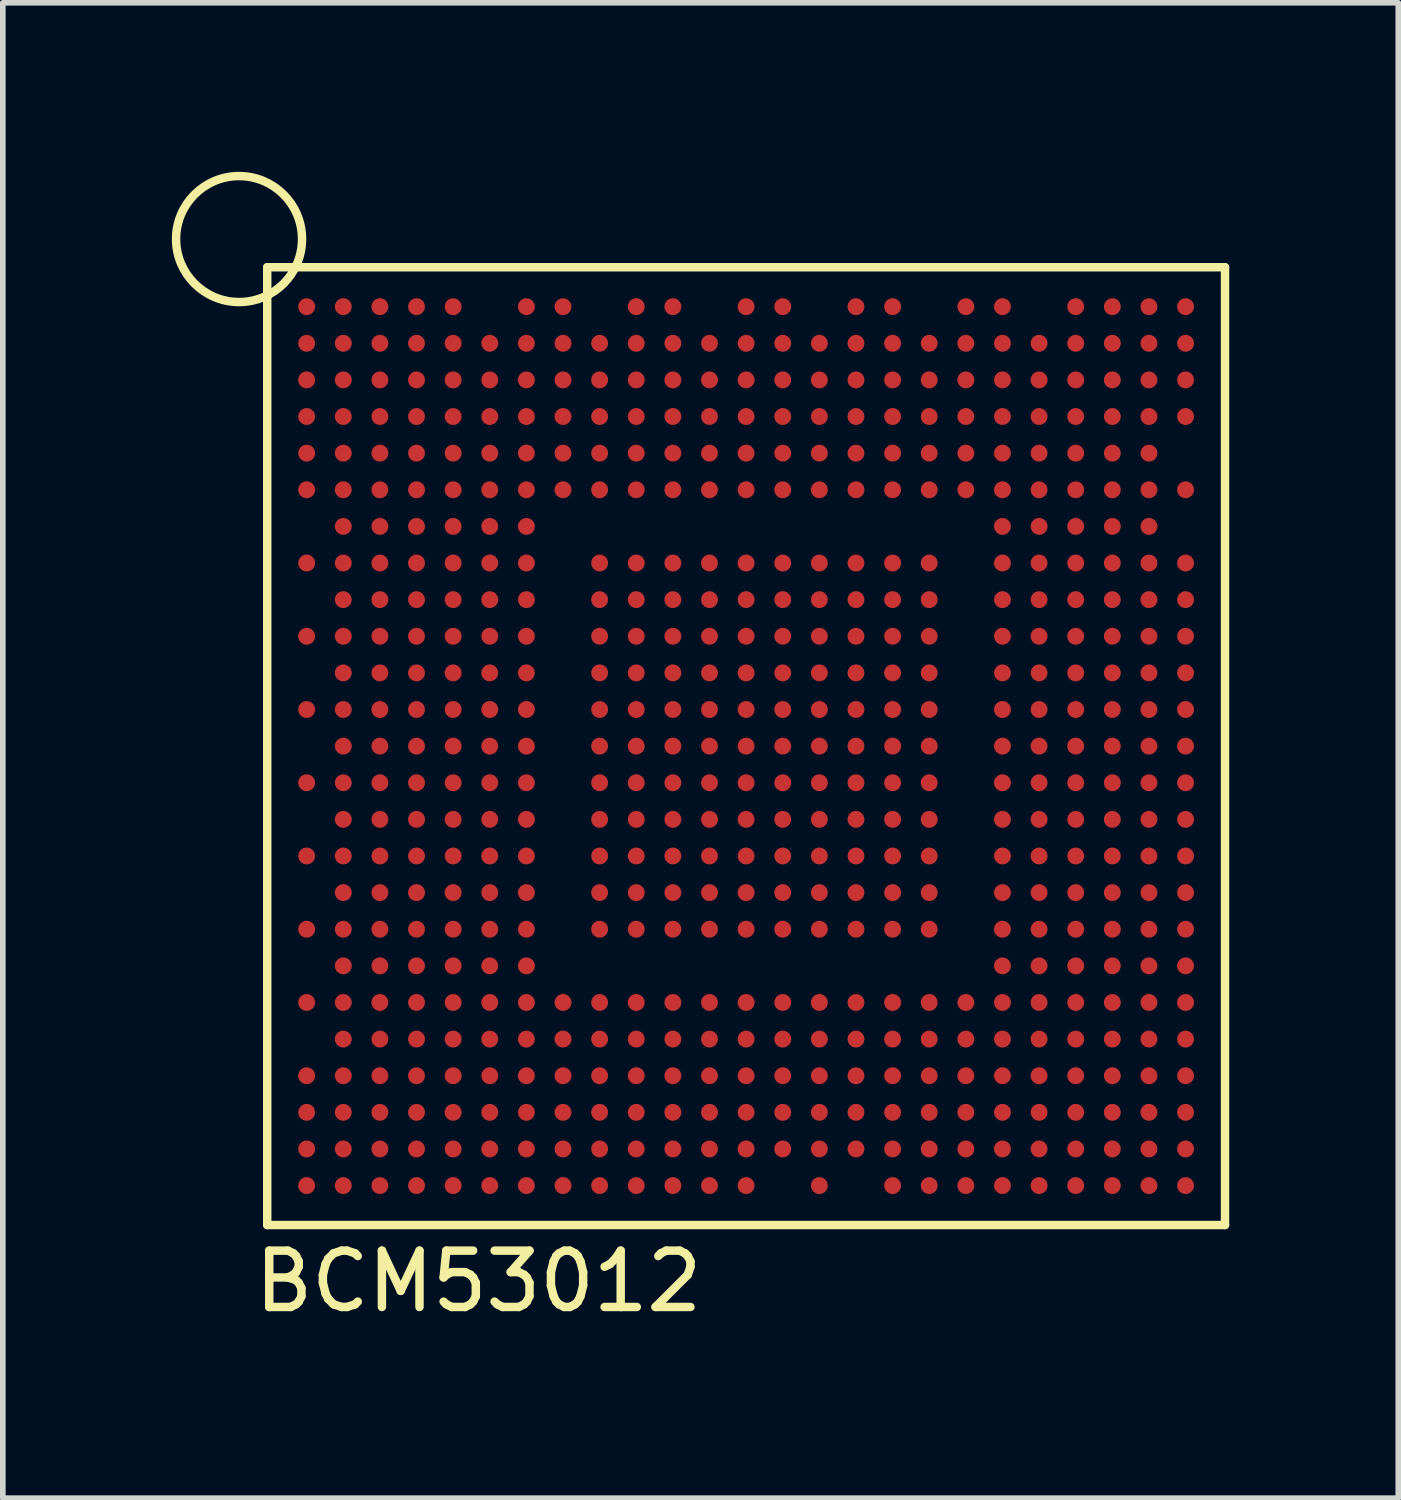
<source format=kicad_pcb>
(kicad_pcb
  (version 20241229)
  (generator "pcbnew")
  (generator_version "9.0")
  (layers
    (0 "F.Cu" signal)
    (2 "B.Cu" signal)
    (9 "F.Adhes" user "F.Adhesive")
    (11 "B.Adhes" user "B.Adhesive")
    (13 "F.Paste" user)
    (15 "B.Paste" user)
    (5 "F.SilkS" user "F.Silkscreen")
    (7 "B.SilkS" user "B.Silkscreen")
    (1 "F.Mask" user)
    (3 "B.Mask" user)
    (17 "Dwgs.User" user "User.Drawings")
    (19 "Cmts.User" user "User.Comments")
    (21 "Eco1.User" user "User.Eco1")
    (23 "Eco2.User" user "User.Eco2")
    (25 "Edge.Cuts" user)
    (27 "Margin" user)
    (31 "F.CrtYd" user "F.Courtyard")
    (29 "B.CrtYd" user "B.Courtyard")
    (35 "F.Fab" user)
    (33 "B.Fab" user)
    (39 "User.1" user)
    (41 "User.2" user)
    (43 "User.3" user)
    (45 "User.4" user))
  (footprint "BCM53012"
    (layer "F.Cu")
    (at 10.193 10.193)
    (property "Reference" "BCM53012" (at -4.75 9.5 0) (layer "F.SilkS") (effects (font (size 1 1) (thickness 0.15))))
    (attr through_hole)
    (fp_line (start -8.5 -8.5) (end 8.5 -8.5) (stroke (width 0.15) (type solid)) (layer "F.SilkS"))
    (fp_line (start -8.5 8.5) (end -8.5 -8.5) (stroke (width 0.15) (type solid)) (layer "F.SilkS"))
    (fp_line (start 8.5 -8.5) (end 8.5 8.5) (stroke (width 0.15) (type solid)) (layer "F.SilkS"))
    (fp_line (start 8.5 8.5) (end -8.5 8.5) (stroke (width 0.15) (type solid)) (layer "F.SilkS"))
    (fp_circle (center -9 -9) (end -8.5 -8) (stroke (width 0.15) (type solid)) (fill no) (layer "F.SilkS"))
    (pad "A1" smd circle (at -7.8 -7.8) (size 0.3 0.3) (layers "F.Cu" "F.Mask" "F.Paste"))
    (pad "A2" smd circle (at -7.15 -7.8) (size 0.3 0.3) (layers "F.Cu" "F.Mask" "F.Paste"))
    (pad "A3" smd circle (at -6.5 -7.8) (size 0.3 0.3) (layers "F.Cu" "F.Mask" "F.Paste"))
    (pad "A4" smd circle (at -5.85 -7.8) (size 0.3 0.3) (layers "F.Cu" "F.Mask" "F.Paste"))
    (pad "A5" smd circle (at -5.2 -7.8) (size 0.3 0.3) (layers "F.Cu" "F.Mask" "F.Paste"))
    (pad "A7" smd circle (at -3.9 -7.8) (size 0.3 0.3) (layers "F.Cu" "F.Mask" "F.Paste"))
    (pad "A8" smd circle (at -3.25 -7.8) (size 0.3 0.3) (layers "F.Cu" "F.Mask" "F.Paste"))
    (pad "A10" smd circle (at -1.95 -7.8) (size 0.3 0.3) (layers "F.Cu" "F.Mask" "F.Paste"))
    (pad "A11" smd circle (at -1.3 -7.8) (size 0.3 0.3) (layers "F.Cu" "F.Mask" "F.Paste"))
    (pad "A13" smd circle (at 0 -7.8) (size 0.3 0.3) (layers "F.Cu" "F.Mask" "F.Paste"))
    (pad "A14" smd circle (at 0.65 -7.8) (size 0.3 0.3) (layers "F.Cu" "F.Mask" "F.Paste"))
    (pad "A16" smd circle (at 1.95 -7.8) (size 0.3 0.3) (layers "F.Cu" "F.Mask" "F.Paste"))
    (pad "A17" smd circle (at 2.6 -7.8) (size 0.3 0.3) (layers "F.Cu" "F.Mask" "F.Paste"))
    (pad "A19" smd circle (at 3.9 -7.8) (size 0.3 0.3) (layers "F.Cu" "F.Mask" "F.Paste"))
    (pad "A20" smd circle (at 4.55 -7.8) (size 0.3 0.3) (layers "F.Cu" "F.Mask" "F.Paste"))
    (pad "A22" smd circle (at 5.85 -7.8) (size 0.3 0.3) (layers "F.Cu" "F.Mask" "F.Paste"))
    (pad "A23" smd circle (at 6.5 -7.8) (size 0.3 0.3) (layers "F.Cu" "F.Mask" "F.Paste"))
    (pad "A24" smd circle (at 7.15 -7.8) (size 0.3 0.3) (layers "F.Cu" "F.Mask" "F.Paste"))
    (pad "A25" smd circle (at 7.8 -7.8) (size 0.3 0.3) (layers "F.Cu" "F.Mask" "F.Paste"))
    (pad "AA2" smd circle (at -7.15 5.2) (size 0.3 0.3) (layers "F.Cu" "F.Mask" "F.Paste"))
    (pad "AA3" smd circle (at -6.5 5.2) (size 0.3 0.3) (layers "F.Cu" "F.Mask" "F.Paste"))
    (pad "AA4" smd circle (at -5.85 5.2) (size 0.3 0.3) (layers "F.Cu" "F.Mask" "F.Paste"))
    (pad "AA5" smd circle (at -5.2 5.2) (size 0.3 0.3) (layers "F.Cu" "F.Mask" "F.Paste"))
    (pad "AA6" smd circle (at -4.55 5.2) (size 0.3 0.3) (layers "F.Cu" "F.Mask" "F.Paste"))
    (pad "AA7" smd circle (at -3.9 5.2) (size 0.3 0.3) (layers "F.Cu" "F.Mask" "F.Paste"))
    (pad "AA8" smd circle (at -3.25 5.2) (size 0.3 0.3) (layers "F.Cu" "F.Mask" "F.Paste"))
    (pad "AA9" smd circle (at -2.6 5.2) (size 0.3 0.3) (layers "F.Cu" "F.Mask" "F.Paste"))
    (pad "AA10" smd circle (at -1.95 5.2) (size 0.3 0.3) (layers "F.Cu" "F.Mask" "F.Paste"))
    (pad "AA11" smd circle (at -1.3 5.2) (size 0.3 0.3) (layers "F.Cu" "F.Mask" "F.Paste"))
    (pad "AA12" smd circle (at -0.65 5.2) (size 0.3 0.3) (layers "F.Cu" "F.Mask" "F.Paste"))
    (pad "AA13" smd circle (at 0 5.2) (size 0.3 0.3) (layers "F.Cu" "F.Mask" "F.Paste"))
    (pad "AA14" smd circle (at 0.65 5.2) (size 0.3 0.3) (layers "F.Cu" "F.Mask" "F.Paste"))
    (pad "AA15" smd circle (at 1.3 5.2) (size 0.3 0.3) (layers "F.Cu" "F.Mask" "F.Paste"))
    (pad "AA16" smd circle (at 1.95 5.2) (size 0.3 0.3) (layers "F.Cu" "F.Mask" "F.Paste"))
    (pad "AA17" smd circle (at 2.6 5.2) (size 0.3 0.3) (layers "F.Cu" "F.Mask" "F.Paste"))
    (pad "AA18" smd circle (at 3.25 5.2) (size 0.3 0.3) (layers "F.Cu" "F.Mask" "F.Paste"))
    (pad "AA19" smd circle (at 3.9 5.2) (size 0.3 0.3) (layers "F.Cu" "F.Mask" "F.Paste"))
    (pad "AA20" smd circle (at 4.55 5.2) (size 0.3 0.3) (layers "F.Cu" "F.Mask" "F.Paste"))
    (pad "AA21" smd circle (at 5.2 5.2) (size 0.3 0.3) (layers "F.Cu" "F.Mask" "F.Paste"))
    (pad "AA22" smd circle (at 5.85 5.2) (size 0.3 0.3) (layers "F.Cu" "F.Mask" "F.Paste"))
    (pad "AA23" smd circle (at 6.5 5.2) (size 0.3 0.3) (layers "F.Cu" "F.Mask" "F.Paste"))
    (pad "AA24" smd circle (at 7.15 5.2) (size 0.3 0.3) (layers "F.Cu" "F.Mask" "F.Paste"))
    (pad "AA25" smd circle (at 7.8 5.2) (size 0.3 0.3) (layers "F.Cu" "F.Mask" "F.Paste"))
    (pad "AB1" smd circle (at -7.8 5.85) (size 0.3 0.3) (layers "F.Cu" "F.Mask" "F.Paste"))
    (pad "AB2" smd circle (at -7.15 5.85) (size 0.3 0.3) (layers "F.Cu" "F.Mask" "F.Paste"))
    (pad "AB3" smd circle (at -6.5 5.85) (size 0.3 0.3) (layers "F.Cu" "F.Mask" "F.Paste"))
    (pad "AB4" smd circle (at -5.85 5.85) (size 0.3 0.3) (layers "F.Cu" "F.Mask" "F.Paste"))
    (pad "AB5" smd circle (at -5.2 5.85) (size 0.3 0.3) (layers "F.Cu" "F.Mask" "F.Paste"))
    (pad "AB6" smd circle (at -4.55 5.85) (size 0.3 0.3) (layers "F.Cu" "F.Mask" "F.Paste"))
    (pad "AB7" smd circle (at -3.9 5.85) (size 0.3 0.3) (layers "F.Cu" "F.Mask" "F.Paste"))
    (pad "AB8" smd circle (at -3.25 5.85) (size 0.3 0.3) (layers "F.Cu" "F.Mask" "F.Paste"))
    (pad "AB9" smd circle (at -2.6 5.85) (size 0.3 0.3) (layers "F.Cu" "F.Mask" "F.Paste"))
    (pad "AB10" smd circle (at -1.95 5.85) (size 0.3 0.3) (layers "F.Cu" "F.Mask" "F.Paste"))
    (pad "AB11" smd circle (at -1.3 5.85) (size 0.3 0.3) (layers "F.Cu" "F.Mask" "F.Paste"))
    (pad "AB12" smd circle (at -0.65 5.85) (size 0.3 0.3) (layers "F.Cu" "F.Mask" "F.Paste"))
    (pad "AB13" smd circle (at 0 5.85) (size 0.3 0.3) (layers "F.Cu" "F.Mask" "F.Paste"))
    (pad "AB14" smd circle (at 0.65 5.85) (size 0.3 0.3) (layers "F.Cu" "F.Mask" "F.Paste"))
    (pad "AB15" smd circle (at 1.3 5.85) (size 0.3 0.3) (layers "F.Cu" "F.Mask" "F.Paste"))
    (pad "AB16" smd circle (at 1.95 5.85) (size 0.3 0.3) (layers "F.Cu" "F.Mask" "F.Paste"))
    (pad "AB17" smd circle (at 2.6 5.85) (size 0.3 0.3) (layers "F.Cu" "F.Mask" "F.Paste"))
    (pad "AB18" smd circle (at 3.25 5.85) (size 0.3 0.3) (layers "F.Cu" "F.Mask" "F.Paste"))
    (pad "AB19" smd circle (at 3.9 5.85) (size 0.3 0.3) (layers "F.Cu" "F.Mask" "F.Paste"))
    (pad "AB20" smd circle (at 4.55 5.85) (size 0.3 0.3) (layers "F.Cu" "F.Mask" "F.Paste"))
    (pad "AB21" smd circle (at 5.2 5.85) (size 0.3 0.3) (layers "F.Cu" "F.Mask" "F.Paste"))
    (pad "AB22" smd circle (at 5.85 5.85) (size 0.3 0.3) (layers "F.Cu" "F.Mask" "F.Paste"))
    (pad "AB23" smd circle (at 6.5 5.85) (size 0.3 0.3) (layers "F.Cu" "F.Mask" "F.Paste"))
    (pad "AB24" smd circle (at 7.15 5.85) (size 0.3 0.3) (layers "F.Cu" "F.Mask" "F.Paste"))
    (pad "AB25" smd circle (at 7.8 5.85) (size 0.3 0.3) (layers "F.Cu" "F.Mask" "F.Paste"))
    (pad "AC1" smd circle (at -7.8 6.5) (size 0.3 0.3) (layers "F.Cu" "F.Mask" "F.Paste"))
    (pad "AC2" smd circle (at -7.15 6.5) (size 0.3 0.3) (layers "F.Cu" "F.Mask" "F.Paste"))
    (pad "AC3" smd circle (at -6.5 6.5) (size 0.3 0.3) (layers "F.Cu" "F.Mask" "F.Paste"))
    (pad "AC4" smd circle (at -5.85 6.5) (size 0.3 0.3) (layers "F.Cu" "F.Mask" "F.Paste"))
    (pad "AC5" smd circle (at -5.2 6.5) (size 0.3 0.3) (layers "F.Cu" "F.Mask" "F.Paste"))
    (pad "AC6" smd circle (at -4.55 6.5) (size 0.3 0.3) (layers "F.Cu" "F.Mask" "F.Paste"))
    (pad "AC7" smd circle (at -3.9 6.5) (size 0.3 0.3) (layers "F.Cu" "F.Mask" "F.Paste"))
    (pad "AC8" smd circle (at -3.25 6.5) (size 0.3 0.3) (layers "F.Cu" "F.Mask" "F.Paste"))
    (pad "AC9" smd circle (at -2.6 6.5) (size 0.3 0.3) (layers "F.Cu" "F.Mask" "F.Paste"))
    (pad "AC10" smd circle (at -1.95 6.5) (size 0.3 0.3) (layers "F.Cu" "F.Mask" "F.Paste"))
    (pad "AC11" smd circle (at -1.3 6.5) (size 0.3 0.3) (layers "F.Cu" "F.Mask" "F.Paste"))
    (pad "AC12" smd circle (at -0.65 6.5) (size 0.3 0.3) (layers "F.Cu" "F.Mask" "F.Paste"))
    (pad "AC13" smd circle (at 0 6.5) (size 0.3 0.3) (layers "F.Cu" "F.Mask" "F.Paste"))
    (pad "AC14" smd circle (at 0.65 6.5) (size 0.3 0.3) (layers "F.Cu" "F.Mask" "F.Paste"))
    (pad "AC15" smd circle (at 1.3 6.5) (size 0.3 0.3) (layers "F.Cu" "F.Mask" "F.Paste"))
    (pad "AC16" smd circle (at 1.95 6.5) (size 0.3 0.3) (layers "F.Cu" "F.Mask" "F.Paste"))
    (pad "AC17" smd circle (at 2.6 6.5) (size 0.3 0.3) (layers "F.Cu" "F.Mask" "F.Paste"))
    (pad "AC18" smd circle (at 3.25 6.5) (size 0.3 0.3) (layers "F.Cu" "F.Mask" "F.Paste"))
    (pad "AC19" smd circle (at 3.9 6.5) (size 0.3 0.3) (layers "F.Cu" "F.Mask" "F.Paste"))
    (pad "AC20" smd circle (at 4.55 6.5) (size 0.3 0.3) (layers "F.Cu" "F.Mask" "F.Paste"))
    (pad "AC21" smd circle (at 5.2 6.5) (size 0.3 0.3) (layers "F.Cu" "F.Mask" "F.Paste"))
    (pad "AC22" smd circle (at 5.85 6.5) (size 0.3 0.3) (layers "F.Cu" "F.Mask" "F.Paste"))
    (pad "AC23" smd circle (at 6.5 6.5) (size 0.3 0.3) (layers "F.Cu" "F.Mask" "F.Paste"))
    (pad "AC24" smd circle (at 7.15 6.5) (size 0.3 0.3) (layers "F.Cu" "F.Mask" "F.Paste"))
    (pad "AC25" smd circle (at 7.8 6.5) (size 0.3 0.3) (layers "F.Cu" "F.Mask" "F.Paste"))
    (pad "AD1" smd circle (at -7.8 7.15) (size 0.3 0.3) (layers "F.Cu" "F.Mask" "F.Paste"))
    (pad "AD2" smd circle (at -7.15 7.15) (size 0.3 0.3) (layers "F.Cu" "F.Mask" "F.Paste"))
    (pad "AD3" smd circle (at -6.5 7.15) (size 0.3 0.3) (layers "F.Cu" "F.Mask" "F.Paste"))
    (pad "AD4" smd circle (at -5.85 7.15) (size 0.3 0.3) (layers "F.Cu" "F.Mask" "F.Paste"))
    (pad "AD5" smd circle (at -5.2 7.15) (size 0.3 0.3) (layers "F.Cu" "F.Mask" "F.Paste"))
    (pad "AD6" smd circle (at -4.55 7.15) (size 0.3 0.3) (layers "F.Cu" "F.Mask" "F.Paste"))
    (pad "AD7" smd circle (at -3.9 7.15) (size 0.3 0.3) (layers "F.Cu" "F.Mask" "F.Paste"))
    (pad "AD8" smd circle (at -3.25 7.15) (size 0.3 0.3) (layers "F.Cu" "F.Mask" "F.Paste"))
    (pad "AD9" smd circle (at -2.6 7.15) (size 0.3 0.3) (layers "F.Cu" "F.Mask" "F.Paste"))
    (pad "AD10" smd circle (at -1.95 7.15) (size 0.3 0.3) (layers "F.Cu" "F.Mask" "F.Paste"))
    (pad "AD11" smd circle (at -1.3 7.15) (size 0.3 0.3) (layers "F.Cu" "F.Mask" "F.Paste"))
    (pad "AD12" smd circle (at -0.65 7.15) (size 0.3 0.3) (layers "F.Cu" "F.Mask" "F.Paste"))
    (pad "AD13" smd circle (at 0 7.15) (size 0.3 0.3) (layers "F.Cu" "F.Mask" "F.Paste"))
    (pad "AD14" smd circle (at 0.65 7.15) (size 0.3 0.3) (layers "F.Cu" "F.Mask" "F.Paste"))
    (pad "AD15" smd circle (at 1.3 7.15) (size 0.3 0.3) (layers "F.Cu" "F.Mask" "F.Paste"))
    (pad "AD16" smd circle (at 1.95 7.15) (size 0.3 0.3) (layers "F.Cu" "F.Mask" "F.Paste"))
    (pad "AD17" smd circle (at 2.6 7.15) (size 0.3 0.3) (layers "F.Cu" "F.Mask" "F.Paste"))
    (pad "AD18" smd circle (at 3.25 7.15) (size 0.3 0.3) (layers "F.Cu" "F.Mask" "F.Paste"))
    (pad "AD19" smd circle (at 3.9 7.15) (size 0.3 0.3) (layers "F.Cu" "F.Mask" "F.Paste"))
    (pad "AD20" smd circle (at 4.55 7.15) (size 0.3 0.3) (layers "F.Cu" "F.Mask" "F.Paste"))
    (pad "AD21" smd circle (at 5.2 7.15) (size 0.3 0.3) (layers "F.Cu" "F.Mask" "F.Paste"))
    (pad "AD22" smd circle (at 5.85 7.15) (size 0.3 0.3) (layers "F.Cu" "F.Mask" "F.Paste"))
    (pad "AD23" smd circle (at 6.5 7.15) (size 0.3 0.3) (layers "F.Cu" "F.Mask" "F.Paste"))
    (pad "AD24" smd circle (at 7.15 7.15) (size 0.3 0.3) (layers "F.Cu" "F.Mask" "F.Paste"))
    (pad "AD25" smd circle (at 7.8 7.15) (size 0.3 0.3) (layers "F.Cu" "F.Mask" "F.Paste"))
    (pad "AE1" smd circle (at -7.8 7.8) (size 0.3 0.3) (layers "F.Cu" "F.Mask" "F.Paste"))
    (pad "AE2" smd circle (at -7.15 7.8) (size 0.3 0.3) (layers "F.Cu" "F.Mask" "F.Paste"))
    (pad "AE3" smd circle (at -6.5 7.8) (size 0.3 0.3) (layers "F.Cu" "F.Mask" "F.Paste"))
    (pad "AE4" smd circle (at -5.85 7.8) (size 0.3 0.3) (layers "F.Cu" "F.Mask" "F.Paste"))
    (pad "AE5" smd circle (at -5.2 7.8) (size 0.3 0.3) (layers "F.Cu" "F.Mask" "F.Paste"))
    (pad "AE6" smd circle (at -4.55 7.8) (size 0.3 0.3) (layers "F.Cu" "F.Mask" "F.Paste"))
    (pad "AE7" smd circle (at -3.9 7.8) (size 0.3 0.3) (layers "F.Cu" "F.Mask" "F.Paste"))
    (pad "AE8" smd circle (at -3.25 7.8) (size 0.3 0.3) (layers "F.Cu" "F.Mask" "F.Paste"))
    (pad "AE9" smd circle (at -2.6 7.8) (size 0.3 0.3) (layers "F.Cu" "F.Mask" "F.Paste"))
    (pad "AE10" smd circle (at -1.95 7.8) (size 0.3 0.3) (layers "F.Cu" "F.Mask" "F.Paste"))
    (pad "AE11" smd circle (at -1.3 7.8) (size 0.3 0.3) (layers "F.Cu" "F.Mask" "F.Paste"))
    (pad "AE12" smd circle (at -0.65 7.8) (size 0.3 0.3) (layers "F.Cu" "F.Mask" "F.Paste"))
    (pad "AE13" smd circle (at 0 7.8) (size 0.3 0.3) (layers "F.Cu" "F.Mask" "F.Paste"))
    (pad "AE15" smd circle (at 1.3 7.8) (size 0.3 0.3) (layers "F.Cu" "F.Mask" "F.Paste"))
    (pad "AE17" smd circle (at 2.6 7.8) (size 0.3 0.3) (layers "F.Cu" "F.Mask" "F.Paste"))
    (pad "AE18" smd circle (at 3.25 7.8) (size 0.3 0.3) (layers "F.Cu" "F.Mask" "F.Paste"))
    (pad "AE19" smd circle (at 3.9 7.8) (size 0.3 0.3) (layers "F.Cu" "F.Mask" "F.Paste"))
    (pad "AE20" smd circle (at 4.55 7.8) (size 0.3 0.3) (layers "F.Cu" "F.Mask" "F.Paste"))
    (pad "AE21" smd circle (at 5.2 7.8) (size 0.3 0.3) (layers "F.Cu" "F.Mask" "F.Paste"))
    (pad "AE22" smd circle (at 5.85 7.8) (size 0.3 0.3) (layers "F.Cu" "F.Mask" "F.Paste"))
    (pad "AE23" smd circle (at 6.5 7.8) (size 0.3 0.3) (layers "F.Cu" "F.Mask" "F.Paste"))
    (pad "AE24" smd circle (at 7.15 7.8) (size 0.3 0.3) (layers "F.Cu" "F.Mask" "F.Paste"))
    (pad "AE25" smd circle (at 7.8 7.8) (size 0.3 0.3) (layers "F.Cu" "F.Mask" "F.Paste"))
    (pad "B1" smd circle (at -7.8 -7.15) (size 0.3 0.3) (layers "F.Cu" "F.Mask" "F.Paste"))
    (pad "B2" smd circle (at -7.15 -7.15) (size 0.3 0.3) (layers "F.Cu" "F.Mask" "F.Paste"))
    (pad "B3" smd circle (at -6.5 -7.15) (size 0.3 0.3) (layers "F.Cu" "F.Mask" "F.Paste"))
    (pad "B4" smd circle (at -5.85 -7.15) (size 0.3 0.3) (layers "F.Cu" "F.Mask" "F.Paste"))
    (pad "B5" smd circle (at -5.2 -7.15) (size 0.3 0.3) (layers "F.Cu" "F.Mask" "F.Paste"))
    (pad "B6" smd circle (at -4.55 -7.15) (size 0.3 0.3) (layers "F.Cu" "F.Mask" "F.Paste"))
    (pad "B7" smd circle (at -3.9 -7.15) (size 0.3 0.3) (layers "F.Cu" "F.Mask" "F.Paste"))
    (pad "B8" smd circle (at -3.25 -7.15) (size 0.3 0.3) (layers "F.Cu" "F.Mask" "F.Paste"))
    (pad "B9" smd circle (at -2.6 -7.15) (size 0.3 0.3) (layers "F.Cu" "F.Mask" "F.Paste"))
    (pad "B10" smd circle (at -1.95 -7.15) (size 0.3 0.3) (layers "F.Cu" "F.Mask" "F.Paste"))
    (pad "B11" smd circle (at -1.3 -7.15) (size 0.3 0.3) (layers "F.Cu" "F.Mask" "F.Paste"))
    (pad "B12" smd circle (at -0.65 -7.15) (size 0.3 0.3) (layers "F.Cu" "F.Mask" "F.Paste"))
    (pad "B13" smd circle (at 0 -7.15) (size 0.3 0.3) (layers "F.Cu" "F.Mask" "F.Paste"))
    (pad "B14" smd circle (at 0.65 -7.15) (size 0.3 0.3) (layers "F.Cu" "F.Mask" "F.Paste"))
    (pad "B15" smd circle (at 1.3 -7.15) (size 0.3 0.3) (layers "F.Cu" "F.Mask" "F.Paste"))
    (pad "B16" smd circle (at 1.95 -7.15) (size 0.3 0.3) (layers "F.Cu" "F.Mask" "F.Paste"))
    (pad "B17" smd circle (at 2.6 -7.15) (size 0.3 0.3) (layers "F.Cu" "F.Mask" "F.Paste"))
    (pad "B18" smd circle (at 3.25 -7.15) (size 0.3 0.3) (layers "F.Cu" "F.Mask" "F.Paste"))
    (pad "B19" smd circle (at 3.9 -7.15) (size 0.3 0.3) (layers "F.Cu" "F.Mask" "F.Paste"))
    (pad "B20" smd circle (at 4.55 -7.15) (size 0.3 0.3) (layers "F.Cu" "F.Mask" "F.Paste"))
    (pad "B21" smd circle (at 5.2 -7.15) (size 0.3 0.3) (layers "F.Cu" "F.Mask" "F.Paste"))
    (pad "B22" smd circle (at 5.85 -7.15) (size 0.3 0.3) (layers "F.Cu" "F.Mask" "F.Paste"))
    (pad "B23" smd circle (at 6.5 -7.15) (size 0.3 0.3) (layers "F.Cu" "F.Mask" "F.Paste"))
    (pad "B24" smd circle (at 7.15 -7.15) (size 0.3 0.3) (layers "F.Cu" "F.Mask" "F.Paste"))
    (pad "B25" smd circle (at 7.8 -7.15) (size 0.3 0.3) (layers "F.Cu" "F.Mask" "F.Paste"))
    (pad "C1" smd circle (at -7.8 -6.5) (size 0.3 0.3) (layers "F.Cu" "F.Mask" "F.Paste"))
    (pad "C2" smd circle (at -7.15 -6.5) (size 0.3 0.3) (layers "F.Cu" "F.Mask" "F.Paste"))
    (pad "C3" smd circle (at -6.5 -6.5) (size 0.3 0.3) (layers "F.Cu" "F.Mask" "F.Paste"))
    (pad "C4" smd circle (at -5.85 -6.5) (size 0.3 0.3) (layers "F.Cu" "F.Mask" "F.Paste"))
    (pad "C5" smd circle (at -5.2 -6.5) (size 0.3 0.3) (layers "F.Cu" "F.Mask" "F.Paste"))
    (pad "C6" smd circle (at -4.55 -6.5) (size 0.3 0.3) (layers "F.Cu" "F.Mask" "F.Paste"))
    (pad "C7" smd circle (at -3.9 -6.5) (size 0.3 0.3) (layers "F.Cu" "F.Mask" "F.Paste"))
    (pad "C8" smd circle (at -3.25 -6.5) (size 0.3 0.3) (layers "F.Cu" "F.Mask" "F.Paste"))
    (pad "C9" smd circle (at -2.6 -6.5) (size 0.3 0.3) (layers "F.Cu" "F.Mask" "F.Paste"))
    (pad "C10" smd circle (at -1.95 -6.5) (size 0.3 0.3) (layers "F.Cu" "F.Mask" "F.Paste"))
    (pad "C11" smd circle (at -1.3 -6.5) (size 0.3 0.3) (layers "F.Cu" "F.Mask" "F.Paste"))
    (pad "C12" smd circle (at -0.65 -6.5) (size 0.3 0.3) (layers "F.Cu" "F.Mask" "F.Paste"))
    (pad "C13" smd circle (at 0 -6.5) (size 0.3 0.3) (layers "F.Cu" "F.Mask" "F.Paste"))
    (pad "C14" smd circle (at 0.65 -6.5) (size 0.3 0.3) (layers "F.Cu" "F.Mask" "F.Paste"))
    (pad "C15" smd circle (at 1.3 -6.5) (size 0.3 0.3) (layers "F.Cu" "F.Mask" "F.Paste"))
    (pad "C16" smd circle (at 1.95 -6.5) (size 0.3 0.3) (layers "F.Cu" "F.Mask" "F.Paste"))
    (pad "C17" smd circle (at 2.6 -6.5) (size 0.3 0.3) (layers "F.Cu" "F.Mask" "F.Paste"))
    (pad "C18" smd circle (at 3.25 -6.5) (size 0.3 0.3) (layers "F.Cu" "F.Mask" "F.Paste"))
    (pad "C19" smd circle (at 3.9 -6.5) (size 0.3 0.3) (layers "F.Cu" "F.Mask" "F.Paste"))
    (pad "C20" smd circle (at 4.55 -6.5) (size 0.3 0.3) (layers "F.Cu" "F.Mask" "F.Paste"))
    (pad "C21" smd circle (at 5.2 -6.5) (size 0.3 0.3) (layers "F.Cu" "F.Mask" "F.Paste"))
    (pad "C22" smd circle (at 5.85 -6.5) (size 0.3 0.3) (layers "F.Cu" "F.Mask" "F.Paste"))
    (pad "C23" smd circle (at 6.5 -6.5) (size 0.3 0.3) (layers "F.Cu" "F.Mask" "F.Paste"))
    (pad "C24" smd circle (at 7.15 -6.5) (size 0.3 0.3) (layers "F.Cu" "F.Mask" "F.Paste"))
    (pad "C25" smd circle (at 7.8 -6.5) (size 0.3 0.3) (layers "F.Cu" "F.Mask" "F.Paste"))
    (pad "D1" smd circle (at -7.8 -5.85) (size 0.3 0.3) (layers "F.Cu" "F.Mask" "F.Paste"))
    (pad "D2" smd circle (at -7.15 -5.85) (size 0.3 0.3) (layers "F.Cu" "F.Mask" "F.Paste"))
    (pad "D3" smd circle (at -6.5 -5.85) (size 0.3 0.3) (layers "F.Cu" "F.Mask" "F.Paste"))
    (pad "D4" smd circle (at -5.85 -5.85) (size 0.3 0.3) (layers "F.Cu" "F.Mask" "F.Paste"))
    (pad "D5" smd circle (at -5.2 -5.85) (size 0.3 0.3) (layers "F.Cu" "F.Mask" "F.Paste"))
    (pad "D6" smd circle (at -4.55 -5.85) (size 0.3 0.3) (layers "F.Cu" "F.Mask" "F.Paste"))
    (pad "D7" smd circle (at -3.9 -5.85) (size 0.3 0.3) (layers "F.Cu" "F.Mask" "F.Paste"))
    (pad "D8" smd circle (at -3.25 -5.85) (size 0.3 0.3) (layers "F.Cu" "F.Mask" "F.Paste"))
    (pad "D9" smd circle (at -2.6 -5.85) (size 0.3 0.3) (layers "F.Cu" "F.Mask" "F.Paste"))
    (pad "D10" smd circle (at -1.95 -5.85) (size 0.3 0.3) (layers "F.Cu" "F.Mask" "F.Paste"))
    (pad "D11" smd circle (at -1.3 -5.85) (size 0.3 0.3) (layers "F.Cu" "F.Mask" "F.Paste"))
    (pad "D12" smd circle (at -0.65 -5.85) (size 0.3 0.3) (layers "F.Cu" "F.Mask" "F.Paste"))
    (pad "D13" smd circle (at 0 -5.85) (size 0.3 0.3) (layers "F.Cu" "F.Mask" "F.Paste"))
    (pad "D14" smd circle (at 0.65 -5.85) (size 0.3 0.3) (layers "F.Cu" "F.Mask" "F.Paste"))
    (pad "D15" smd circle (at 1.3 -5.85) (size 0.3 0.3) (layers "F.Cu" "F.Mask" "F.Paste"))
    (pad "D16" smd circle (at 1.95 -5.85) (size 0.3 0.3) (layers "F.Cu" "F.Mask" "F.Paste"))
    (pad "D17" smd circle (at 2.6 -5.85) (size 0.3 0.3) (layers "F.Cu" "F.Mask" "F.Paste"))
    (pad "D18" smd circle (at 3.25 -5.85) (size 0.3 0.3) (layers "F.Cu" "F.Mask" "F.Paste"))
    (pad "D19" smd circle (at 3.9 -5.85) (size 0.3 0.3) (layers "F.Cu" "F.Mask" "F.Paste"))
    (pad "D20" smd circle (at 4.55 -5.85) (size 0.3 0.3) (layers "F.Cu" "F.Mask" "F.Paste"))
    (pad "D21" smd circle (at 5.2 -5.85) (size 0.3 0.3) (layers "F.Cu" "F.Mask" "F.Paste"))
    (pad "D22" smd circle (at 5.85 -5.85) (size 0.3 0.3) (layers "F.Cu" "F.Mask" "F.Paste"))
    (pad "D23" smd circle (at 6.5 -5.85) (size 0.3 0.3) (layers "F.Cu" "F.Mask" "F.Paste"))
    (pad "D24" smd circle (at 7.15 -5.85) (size 0.3 0.3) (layers "F.Cu" "F.Mask" "F.Paste"))
    (pad "D25" smd circle (at 7.8 -5.85) (size 0.3 0.3) (layers "F.Cu" "F.Mask" "F.Paste"))
    (pad "E1" smd circle (at -7.8 -5.2) (size 0.3 0.3) (layers "F.Cu" "F.Mask" "F.Paste"))
    (pad "E2" smd circle (at -7.15 -5.2) (size 0.3 0.3) (layers "F.Cu" "F.Mask" "F.Paste"))
    (pad "E3" smd circle (at -6.5 -5.2) (size 0.3 0.3) (layers "F.Cu" "F.Mask" "F.Paste"))
    (pad "E4" smd circle (at -5.85 -5.2) (size 0.3 0.3) (layers "F.Cu" "F.Mask" "F.Paste"))
    (pad "E5" smd circle (at -5.2 -5.2) (size 0.3 0.3) (layers "F.Cu" "F.Mask" "F.Paste"))
    (pad "E6" smd circle (at -4.55 -5.2) (size 0.3 0.3) (layers "F.Cu" "F.Mask" "F.Paste"))
    (pad "E7" smd circle (at -3.9 -5.2) (size 0.3 0.3) (layers "F.Cu" "F.Mask" "F.Paste"))
    (pad "E8" smd circle (at -3.25 -5.2) (size 0.3 0.3) (layers "F.Cu" "F.Mask" "F.Paste"))
    (pad "E9" smd circle (at -2.6 -5.2) (size 0.3 0.3) (layers "F.Cu" "F.Mask" "F.Paste"))
    (pad "E10" smd circle (at -1.95 -5.2) (size 0.3 0.3) (layers "F.Cu" "F.Mask" "F.Paste"))
    (pad "E11" smd circle (at -1.3 -5.2) (size 0.3 0.3) (layers "F.Cu" "F.Mask" "F.Paste"))
    (pad "E12" smd circle (at -0.65 -5.2) (size 0.3 0.3) (layers "F.Cu" "F.Mask" "F.Paste"))
    (pad "E13" smd circle (at 0 -5.2) (size 0.3 0.3) (layers "F.Cu" "F.Mask" "F.Paste"))
    (pad "E14" smd circle (at 0.65 -5.2) (size 0.3 0.3) (layers "F.Cu" "F.Mask" "F.Paste"))
    (pad "E15" smd circle (at 1.3 -5.2) (size 0.3 0.3) (layers "F.Cu" "F.Mask" "F.Paste"))
    (pad "E16" smd circle (at 1.95 -5.2) (size 0.3 0.3) (layers "F.Cu" "F.Mask" "F.Paste"))
    (pad "E17" smd circle (at 2.6 -5.2) (size 0.3 0.3) (layers "F.Cu" "F.Mask" "F.Paste"))
    (pad "E18" smd circle (at 3.25 -5.2) (size 0.3 0.3) (layers "F.Cu" "F.Mask" "F.Paste"))
    (pad "E19" smd circle (at 3.9 -5.2) (size 0.3 0.3) (layers "F.Cu" "F.Mask" "F.Paste"))
    (pad "E20" smd circle (at 4.55 -5.2) (size 0.3 0.3) (layers "F.Cu" "F.Mask" "F.Paste"))
    (pad "E21" smd circle (at 5.2 -5.2) (size 0.3 0.3) (layers "F.Cu" "F.Mask" "F.Paste"))
    (pad "E22" smd circle (at 5.85 -5.2) (size 0.3 0.3) (layers "F.Cu" "F.Mask" "F.Paste"))
    (pad "E23" smd circle (at 6.5 -5.2) (size 0.3 0.3) (layers "F.Cu" "F.Mask" "F.Paste"))
    (pad "E24" smd circle (at 7.15 -5.2) (size 0.3 0.3) (layers "F.Cu" "F.Mask" "F.Paste"))
    (pad "F1" smd circle (at -7.8 -4.55) (size 0.3 0.3) (layers "F.Cu" "F.Mask" "F.Paste"))
    (pad "F2" smd circle (at -7.15 -4.55) (size 0.3 0.3) (layers "F.Cu" "F.Mask" "F.Paste"))
    (pad "F3" smd circle (at -6.5 -4.55) (size 0.3 0.3) (layers "F.Cu" "F.Mask" "F.Paste"))
    (pad "F4" smd circle (at -5.85 -4.55) (size 0.3 0.3) (layers "F.Cu" "F.Mask" "F.Paste"))
    (pad "F5" smd circle (at -5.2 -4.55) (size 0.3 0.3) (layers "F.Cu" "F.Mask" "F.Paste"))
    (pad "F6" smd circle (at -4.55 -4.55) (size 0.3 0.3) (layers "F.Cu" "F.Mask" "F.Paste"))
    (pad "F7" smd circle (at -3.9 -4.55) (size 0.3 0.3) (layers "F.Cu" "F.Mask" "F.Paste"))
    (pad "F8" smd circle (at -3.25 -4.55) (size 0.3 0.3) (layers "F.Cu" "F.Mask" "F.Paste"))
    (pad "F9" smd circle (at -2.6 -4.55) (size 0.3 0.3) (layers "F.Cu" "F.Mask" "F.Paste"))
    (pad "F10" smd circle (at -1.95 -4.55) (size 0.3 0.3) (layers "F.Cu" "F.Mask" "F.Paste"))
    (pad "F11" smd circle (at -1.3 -4.55) (size 0.3 0.3) (layers "F.Cu" "F.Mask" "F.Paste"))
    (pad "F12" smd circle (at -0.65 -4.55) (size 0.3 0.3) (layers "F.Cu" "F.Mask" "F.Paste"))
    (pad "F13" smd circle (at 0 -4.55) (size 0.3 0.3) (layers "F.Cu" "F.Mask" "F.Paste"))
    (pad "F14" smd circle (at 0.65 -4.55) (size 0.3 0.3) (layers "F.Cu" "F.Mask" "F.Paste"))
    (pad "F15" smd circle (at 1.3 -4.55) (size 0.3 0.3) (layers "F.Cu" "F.Mask" "F.Paste"))
    (pad "F16" smd circle (at 1.95 -4.55) (size 0.3 0.3) (layers "F.Cu" "F.Mask" "F.Paste"))
    (pad "F17" smd circle (at 2.6 -4.55) (size 0.3 0.3) (layers "F.Cu" "F.Mask" "F.Paste"))
    (pad "F18" smd circle (at 3.25 -4.55) (size 0.3 0.3) (layers "F.Cu" "F.Mask" "F.Paste"))
    (pad "F19" smd circle (at 3.9 -4.55) (size 0.3 0.3) (layers "F.Cu" "F.Mask" "F.Paste"))
    (pad "F20" smd circle (at 4.55 -4.55) (size 0.3 0.3) (layers "F.Cu" "F.Mask" "F.Paste"))
    (pad "F21" smd circle (at 5.2 -4.55) (size 0.3 0.3) (layers "F.Cu" "F.Mask" "F.Paste"))
    (pad "F22" smd circle (at 5.85 -4.55) (size 0.3 0.3) (layers "F.Cu" "F.Mask" "F.Paste"))
    (pad "F23" smd circle (at 6.5 -4.55) (size 0.3 0.3) (layers "F.Cu" "F.Mask" "F.Paste"))
    (pad "F24" smd circle (at 7.15 -4.55) (size 0.3 0.3) (layers "F.Cu" "F.Mask" "F.Paste"))
    (pad "F25" smd circle (at 7.8 -4.55) (size 0.3 0.3) (layers "F.Cu" "F.Mask" "F.Paste"))
    (pad "G2" smd circle (at -7.15 -3.9) (size 0.3 0.3) (layers "F.Cu" "F.Mask" "F.Paste"))
    (pad "G3" smd circle (at -6.5 -3.9) (size 0.3 0.3) (layers "F.Cu" "F.Mask" "F.Paste"))
    (pad "G4" smd circle (at -5.85 -3.9) (size 0.3 0.3) (layers "F.Cu" "F.Mask" "F.Paste"))
    (pad "G5" smd circle (at -5.2 -3.9) (size 0.3 0.3) (layers "F.Cu" "F.Mask" "F.Paste"))
    (pad "G6" smd circle (at -4.55 -3.9) (size 0.3 0.3) (layers "F.Cu" "F.Mask" "F.Paste"))
    (pad "G7" smd circle (at -3.9 -3.9) (size 0.3 0.3) (layers "F.Cu" "F.Mask" "F.Paste"))
    (pad "G20" smd circle (at 4.55 -3.9) (size 0.3 0.3) (layers "F.Cu" "F.Mask" "F.Paste"))
    (pad "G21" smd circle (at 5.2 -3.9) (size 0.3 0.3) (layers "F.Cu" "F.Mask" "F.Paste"))
    (pad "G22" smd circle (at 5.85 -3.9) (size 0.3 0.3) (layers "F.Cu" "F.Mask" "F.Paste"))
    (pad "G23" smd circle (at 6.5 -3.9) (size 0.3 0.3) (layers "F.Cu" "F.Mask" "F.Paste"))
    (pad "G24" smd circle (at 7.15 -3.9) (size 0.3 0.3) (layers "F.Cu" "F.Mask" "F.Paste"))
    (pad "H1" smd circle (at -7.8 -3.25) (size 0.3 0.3) (layers "F.Cu" "F.Mask" "F.Paste"))
    (pad "H2" smd circle (at -7.15 -3.25) (size 0.3 0.3) (layers "F.Cu" "F.Mask" "F.Paste"))
    (pad "H3" smd circle (at -6.5 -3.25) (size 0.3 0.3) (layers "F.Cu" "F.Mask" "F.Paste"))
    (pad "H4" smd circle (at -5.85 -3.25) (size 0.3 0.3) (layers "F.Cu" "F.Mask" "F.Paste"))
    (pad "H5" smd circle (at -5.2 -3.25) (size 0.3 0.3) (layers "F.Cu" "F.Mask" "F.Paste"))
    (pad "H6" smd circle (at -4.55 -3.25) (size 0.3 0.3) (layers "F.Cu" "F.Mask" "F.Paste"))
    (pad "H7" smd circle (at -3.9 -3.25) (size 0.3 0.3) (layers "F.Cu" "F.Mask" "F.Paste"))
    (pad "H9" smd circle (at -2.6 -3.25) (size 0.3 0.3) (layers "F.Cu" "F.Mask" "F.Paste"))
    (pad "H10" smd circle (at -1.95 -3.25) (size 0.3 0.3) (layers "F.Cu" "F.Mask" "F.Paste"))
    (pad "H11" smd circle (at -1.3 -3.25) (size 0.3 0.3) (layers "F.Cu" "F.Mask" "F.Paste"))
    (pad "H12" smd circle (at -0.65 -3.25) (size 0.3 0.3) (layers "F.Cu" "F.Mask" "F.Paste"))
    (pad "H13" smd circle (at 0 -3.25) (size 0.3 0.3) (layers "F.Cu" "F.Mask" "F.Paste"))
    (pad "H14" smd circle (at 0.65 -3.25) (size 0.3 0.3) (layers "F.Cu" "F.Mask" "F.Paste"))
    (pad "H15" smd circle (at 1.3 -3.25) (size 0.3 0.3) (layers "F.Cu" "F.Mask" "F.Paste"))
    (pad "H16" smd circle (at 1.95 -3.25) (size 0.3 0.3) (layers "F.Cu" "F.Mask" "F.Paste"))
    (pad "H17" smd circle (at 2.6 -3.25) (size 0.3 0.3) (layers "F.Cu" "F.Mask" "F.Paste"))
    (pad "H18" smd circle (at 3.25 -3.25) (size 0.3 0.3) (layers "F.Cu" "F.Mask" "F.Paste"))
    (pad "H20" smd circle (at 4.55 -3.25) (size 0.3 0.3) (layers "F.Cu" "F.Mask" "F.Paste"))
    (pad "H21" smd circle (at 5.2 -3.25) (size 0.3 0.3) (layers "F.Cu" "F.Mask" "F.Paste"))
    (pad "H22" smd circle (at 5.85 -3.25) (size 0.3 0.3) (layers "F.Cu" "F.Mask" "F.Paste"))
    (pad "H23" smd circle (at 6.5 -3.25) (size 0.3 0.3) (layers "F.Cu" "F.Mask" "F.Paste"))
    (pad "H24" smd circle (at 7.15 -3.25) (size 0.3 0.3) (layers "F.Cu" "F.Mask" "F.Paste"))
    (pad "H25" smd circle (at 7.8 -3.25) (size 0.3 0.3) (layers "F.Cu" "F.Mask" "F.Paste"))
    (pad "J2" smd circle (at -7.15 -2.6) (size 0.3 0.3) (layers "F.Cu" "F.Mask" "F.Paste"))
    (pad "J3" smd circle (at -6.5 -2.6) (size 0.3 0.3) (layers "F.Cu" "F.Mask" "F.Paste"))
    (pad "J4" smd circle (at -5.85 -2.6) (size 0.3 0.3) (layers "F.Cu" "F.Mask" "F.Paste"))
    (pad "J5" smd circle (at -5.2 -2.6) (size 0.3 0.3) (layers "F.Cu" "F.Mask" "F.Paste"))
    (pad "J6" smd circle (at -4.55 -2.6) (size 0.3 0.3) (layers "F.Cu" "F.Mask" "F.Paste"))
    (pad "J7" smd circle (at -3.9 -2.6) (size 0.3 0.3) (layers "F.Cu" "F.Mask" "F.Paste"))
    (pad "J9" smd circle (at -2.6 -2.6) (size 0.3 0.3) (layers "F.Cu" "F.Mask" "F.Paste"))
    (pad "J10" smd circle (at -1.95 -2.6) (size 0.3 0.3) (layers "F.Cu" "F.Mask" "F.Paste"))
    (pad "J11" smd circle (at -1.3 -2.6) (size 0.3 0.3) (layers "F.Cu" "F.Mask" "F.Paste"))
    (pad "J12" smd circle (at -0.65 -2.6) (size 0.3 0.3) (layers "F.Cu" "F.Mask" "F.Paste"))
    (pad "J13" smd circle (at 0 -2.6) (size 0.3 0.3) (layers "F.Cu" "F.Mask" "F.Paste"))
    (pad "J14" smd circle (at 0.65 -2.6) (size 0.3 0.3) (layers "F.Cu" "F.Mask" "F.Paste"))
    (pad "J15" smd circle (at 1.3 -2.6) (size 0.3 0.3) (layers "F.Cu" "F.Mask" "F.Paste"))
    (pad "J16" smd circle (at 1.95 -2.6) (size 0.3 0.3) (layers "F.Cu" "F.Mask" "F.Paste"))
    (pad "J17" smd circle (at 2.6 -2.6) (size 0.3 0.3) (layers "F.Cu" "F.Mask" "F.Paste"))
    (pad "J18" smd circle (at 3.25 -2.6) (size 0.3 0.3) (layers "F.Cu" "F.Mask" "F.Paste"))
    (pad "J20" smd circle (at 4.55 -2.6) (size 0.3 0.3) (layers "F.Cu" "F.Mask" "F.Paste"))
    (pad "J21" smd circle (at 5.2 -2.6) (size 0.3 0.3) (layers "F.Cu" "F.Mask" "F.Paste"))
    (pad "J22" smd circle (at 5.85 -2.6) (size 0.3 0.3) (layers "F.Cu" "F.Mask" "F.Paste"))
    (pad "J23" smd circle (at 6.5 -2.6) (size 0.3 0.3) (layers "F.Cu" "F.Mask" "F.Paste"))
    (pad "J24" smd circle (at 7.15 -2.6) (size 0.3 0.3) (layers "F.Cu" "F.Mask" "F.Paste"))
    (pad "J25" smd circle (at 7.8 -2.6) (size 0.3 0.3) (layers "F.Cu" "F.Mask" "F.Paste"))
    (pad "K1" smd circle (at -7.8 -1.95) (size 0.3 0.3) (layers "F.Cu" "F.Mask" "F.Paste"))
    (pad "K2" smd circle (at -7.15 -1.95) (size 0.3 0.3) (layers "F.Cu" "F.Mask" "F.Paste"))
    (pad "K3" smd circle (at -6.5 -1.95) (size 0.3 0.3) (layers "F.Cu" "F.Mask" "F.Paste"))
    (pad "K4" smd circle (at -5.85 -1.95) (size 0.3 0.3) (layers "F.Cu" "F.Mask" "F.Paste"))
    (pad "K5" smd circle (at -5.2 -1.95) (size 0.3 0.3) (layers "F.Cu" "F.Mask" "F.Paste"))
    (pad "K6" smd circle (at -4.55 -1.95) (size 0.3 0.3) (layers "F.Cu" "F.Mask" "F.Paste"))
    (pad "K7" smd circle (at -3.9 -1.95) (size 0.3 0.3) (layers "F.Cu" "F.Mask" "F.Paste"))
    (pad "K9" smd circle (at -2.6 -1.95) (size 0.3 0.3) (layers "F.Cu" "F.Mask" "F.Paste"))
    (pad "K10" smd circle (at -1.95 -1.95) (size 0.3 0.3) (layers "F.Cu" "F.Mask" "F.Paste"))
    (pad "K11" smd circle (at -1.3 -1.95) (size 0.3 0.3) (layers "F.Cu" "F.Mask" "F.Paste"))
    (pad "K12" smd circle (at -0.65 -1.95) (size 0.3 0.3) (layers "F.Cu" "F.Mask" "F.Paste"))
    (pad "K13" smd circle (at 0 -1.95) (size 0.3 0.3) (layers "F.Cu" "F.Mask" "F.Paste"))
    (pad "K14" smd circle (at 0.65 -1.95) (size 0.3 0.3) (layers "F.Cu" "F.Mask" "F.Paste"))
    (pad "K15" smd circle (at 1.3 -1.95) (size 0.3 0.3) (layers "F.Cu" "F.Mask" "F.Paste"))
    (pad "K16" smd circle (at 1.95 -1.95) (size 0.3 0.3) (layers "F.Cu" "F.Mask" "F.Paste"))
    (pad "K17" smd circle (at 2.6 -1.95) (size 0.3 0.3) (layers "F.Cu" "F.Mask" "F.Paste"))
    (pad "K18" smd circle (at 3.25 -1.95) (size 0.3 0.3) (layers "F.Cu" "F.Mask" "F.Paste"))
    (pad "K20" smd circle (at 4.55 -1.95) (size 0.3 0.3) (layers "F.Cu" "F.Mask" "F.Paste"))
    (pad "K21" smd circle (at 5.2 -1.95) (size 0.3 0.3) (layers "F.Cu" "F.Mask" "F.Paste"))
    (pad "K22" smd circle (at 5.85 -1.95) (size 0.3 0.3) (layers "F.Cu" "F.Mask" "F.Paste"))
    (pad "K23" smd circle (at 6.5 -1.95) (size 0.3 0.3) (layers "F.Cu" "F.Mask" "F.Paste"))
    (pad "K24" smd circle (at 7.15 -1.95) (size 0.3 0.3) (layers "F.Cu" "F.Mask" "F.Paste"))
    (pad "K25" smd circle (at 7.8 -1.95) (size 0.3 0.3) (layers "F.Cu" "F.Mask" "F.Paste"))
    (pad "L2" smd circle (at -7.15 -1.3) (size 0.3 0.3) (layers "F.Cu" "F.Mask" "F.Paste"))
    (pad "L3" smd circle (at -6.5 -1.3) (size 0.3 0.3) (layers "F.Cu" "F.Mask" "F.Paste"))
    (pad "L4" smd circle (at -5.85 -1.3) (size 0.3 0.3) (layers "F.Cu" "F.Mask" "F.Paste"))
    (pad "L5" smd circle (at -5.2 -1.3) (size 0.3 0.3) (layers "F.Cu" "F.Mask" "F.Paste"))
    (pad "L6" smd circle (at -4.55 -1.3) (size 0.3 0.3) (layers "F.Cu" "F.Mask" "F.Paste"))
    (pad "L7" smd circle (at -3.9 -1.3) (size 0.3 0.3) (layers "F.Cu" "F.Mask" "F.Paste"))
    (pad "L9" smd circle (at -2.6 -1.3) (size 0.3 0.3) (layers "F.Cu" "F.Mask" "F.Paste"))
    (pad "L10" smd circle (at -1.95 -1.3) (size 0.3 0.3) (layers "F.Cu" "F.Mask" "F.Paste"))
    (pad "L11" smd circle (at -1.3 -1.3) (size 0.3 0.3) (layers "F.Cu" "F.Mask" "F.Paste"))
    (pad "L12" smd circle (at -0.65 -1.3) (size 0.3 0.3) (layers "F.Cu" "F.Mask" "F.Paste"))
    (pad "L13" smd circle (at 0 -1.3) (size 0.3 0.3) (layers "F.Cu" "F.Mask" "F.Paste"))
    (pad "L14" smd circle (at 0.65 -1.3) (size 0.3 0.3) (layers "F.Cu" "F.Mask" "F.Paste"))
    (pad "L15" smd circle (at 1.3 -1.3) (size 0.3 0.3) (layers "F.Cu" "F.Mask" "F.Paste"))
    (pad "L16" smd circle (at 1.95 -1.3) (size 0.3 0.3) (layers "F.Cu" "F.Mask" "F.Paste"))
    (pad "L17" smd circle (at 2.6 -1.3) (size 0.3 0.3) (layers "F.Cu" "F.Mask" "F.Paste"))
    (pad "L18" smd circle (at 3.25 -1.3) (size 0.3 0.3) (layers "F.Cu" "F.Mask" "F.Paste"))
    (pad "L20" smd circle (at 4.55 -1.3) (size 0.3 0.3) (layers "F.Cu" "F.Mask" "F.Paste"))
    (pad "L21" smd circle (at 5.2 -1.3) (size 0.3 0.3) (layers "F.Cu" "F.Mask" "F.Paste"))
    (pad "L22" smd circle (at 5.85 -1.3) (size 0.3 0.3) (layers "F.Cu" "F.Mask" "F.Paste"))
    (pad "L23" smd circle (at 6.5 -1.3) (size 0.3 0.3) (layers "F.Cu" "F.Mask" "F.Paste"))
    (pad "L24" smd circle (at 7.15 -1.3) (size 0.3 0.3) (layers "F.Cu" "F.Mask" "F.Paste"))
    (pad "L25" smd circle (at 7.8 -1.3) (size 0.3 0.3) (layers "F.Cu" "F.Mask" "F.Paste"))
    (pad "M1" smd circle (at -7.8 -0.65) (size 0.3 0.3) (layers "F.Cu" "F.Mask" "F.Paste"))
    (pad "M2" smd circle (at -7.15 -0.65) (size 0.3 0.3) (layers "F.Cu" "F.Mask" "F.Paste"))
    (pad "M3" smd circle (at -6.5 -0.65) (size 0.3 0.3) (layers "F.Cu" "F.Mask" "F.Paste"))
    (pad "M4" smd circle (at -5.85 -0.65) (size 0.3 0.3) (layers "F.Cu" "F.Mask" "F.Paste"))
    (pad "M5" smd circle (at -5.2 -0.65) (size 0.3 0.3) (layers "F.Cu" "F.Mask" "F.Paste"))
    (pad "M6" smd circle (at -4.55 -0.65) (size 0.3 0.3) (layers "F.Cu" "F.Mask" "F.Paste"))
    (pad "M7" smd circle (at -3.9 -0.65) (size 0.3 0.3) (layers "F.Cu" "F.Mask" "F.Paste"))
    (pad "M9" smd circle (at -2.6 -0.65) (size 0.3 0.3) (layers "F.Cu" "F.Mask" "F.Paste"))
    (pad "M10" smd circle (at -1.95 -0.65) (size 0.3 0.3) (layers "F.Cu" "F.Mask" "F.Paste"))
    (pad "M11" smd circle (at -1.3 -0.65) (size 0.3 0.3) (layers "F.Cu" "F.Mask" "F.Paste"))
    (pad "M12" smd circle (at -0.65 -0.65) (size 0.3 0.3) (layers "F.Cu" "F.Mask" "F.Paste"))
    (pad "M13" smd circle (at 0 -0.65) (size 0.3 0.3) (layers "F.Cu" "F.Mask" "F.Paste"))
    (pad "M14" smd circle (at 0.65 -0.65) (size 0.3 0.3) (layers "F.Cu" "F.Mask" "F.Paste"))
    (pad "M15" smd circle (at 1.3 -0.65) (size 0.3 0.3) (layers "F.Cu" "F.Mask" "F.Paste"))
    (pad "M16" smd circle (at 1.95 -0.65) (size 0.3 0.3) (layers "F.Cu" "F.Mask" "F.Paste"))
    (pad "M17" smd circle (at 2.6 -0.65) (size 0.3 0.3) (layers "F.Cu" "F.Mask" "F.Paste"))
    (pad "M18" smd circle (at 3.25 -0.65) (size 0.3 0.3) (layers "F.Cu" "F.Mask" "F.Paste"))
    (pad "M20" smd circle (at 4.55 -0.65) (size 0.3 0.3) (layers "F.Cu" "F.Mask" "F.Paste"))
    (pad "M21" smd circle (at 5.2 -0.65) (size 0.3 0.3) (layers "F.Cu" "F.Mask" "F.Paste"))
    (pad "M22" smd circle (at 5.85 -0.65) (size 0.3 0.3) (layers "F.Cu" "F.Mask" "F.Paste"))
    (pad "M23" smd circle (at 6.5 -0.65) (size 0.3 0.3) (layers "F.Cu" "F.Mask" "F.Paste"))
    (pad "M24" smd circle (at 7.15 -0.65) (size 0.3 0.3) (layers "F.Cu" "F.Mask" "F.Paste"))
    (pad "M25" smd circle (at 7.8 -0.65) (size 0.3 0.3) (layers "F.Cu" "F.Mask" "F.Paste"))
    (pad "N2" smd circle (at -7.15 0) (size 0.3 0.3) (layers "F.Cu" "F.Mask" "F.Paste"))
    (pad "N3" smd circle (at -6.5 0) (size 0.3 0.3) (layers "F.Cu" "F.Mask" "F.Paste"))
    (pad "N4" smd circle (at -5.85 0) (size 0.3 0.3) (layers "F.Cu" "F.Mask" "F.Paste"))
    (pad "N5" smd circle (at -5.2 0) (size 0.3 0.3) (layers "F.Cu" "F.Mask" "F.Paste"))
    (pad "N6" smd circle (at -4.55 0) (size 0.3 0.3) (layers "F.Cu" "F.Mask" "F.Paste"))
    (pad "N7" smd circle (at -3.9 0) (size 0.3 0.3) (layers "F.Cu" "F.Mask" "F.Paste"))
    (pad "N9" smd circle (at -2.6 0) (size 0.3 0.3) (layers "F.Cu" "F.Mask" "F.Paste"))
    (pad "N10" smd circle (at -1.95 0) (size 0.3 0.3) (layers "F.Cu" "F.Mask" "F.Paste"))
    (pad "N11" smd circle (at -1.3 0) (size 0.3 0.3) (layers "F.Cu" "F.Mask" "F.Paste"))
    (pad "N12" smd circle (at -0.65 0) (size 0.3 0.3) (layers "F.Cu" "F.Mask" "F.Paste"))
    (pad "N13" smd circle (at 0 0) (size 0.3 0.3) (layers "F.Cu" "F.Mask" "F.Paste"))
    (pad "N14" smd circle (at 0.65 0) (size 0.3 0.3) (layers "F.Cu" "F.Mask" "F.Paste"))
    (pad "N15" smd circle (at 1.3 0) (size 0.3 0.3) (layers "F.Cu" "F.Mask" "F.Paste"))
    (pad "N16" smd circle (at 1.95 0) (size 0.3 0.3) (layers "F.Cu" "F.Mask" "F.Paste"))
    (pad "N17" smd circle (at 2.6 0) (size 0.3 0.3) (layers "F.Cu" "F.Mask" "F.Paste"))
    (pad "N18" smd circle (at 3.25 0) (size 0.3 0.3) (layers "F.Cu" "F.Mask" "F.Paste"))
    (pad "N20" smd circle (at 4.55 0) (size 0.3 0.3) (layers "F.Cu" "F.Mask" "F.Paste"))
    (pad "N21" smd circle (at 5.2 0) (size 0.3 0.3) (layers "F.Cu" "F.Mask" "F.Paste"))
    (pad "N22" smd circle (at 5.85 0) (size 0.3 0.3) (layers "F.Cu" "F.Mask" "F.Paste"))
    (pad "N23" smd circle (at 6.5 0) (size 0.3 0.3) (layers "F.Cu" "F.Mask" "F.Paste"))
    (pad "N24" smd circle (at 7.15 0) (size 0.3 0.3) (layers "F.Cu" "F.Mask" "F.Paste"))
    (pad "N25" smd circle (at 7.8 0) (size 0.3 0.3) (layers "F.Cu" "F.Mask" "F.Paste"))
    (pad "P1" smd circle (at -7.8 0.65) (size 0.3 0.3) (layers "F.Cu" "F.Mask" "F.Paste"))
    (pad "P2" smd circle (at -7.15 0.65) (size 0.3 0.3) (layers "F.Cu" "F.Mask" "F.Paste"))
    (pad "P3" smd circle (at -6.5 0.65) (size 0.3 0.3) (layers "F.Cu" "F.Mask" "F.Paste"))
    (pad "P4" smd circle (at -5.85 0.65) (size 0.3 0.3) (layers "F.Cu" "F.Mask" "F.Paste"))
    (pad "P5" smd circle (at -5.2 0.65) (size 0.3 0.3) (layers "F.Cu" "F.Mask" "F.Paste"))
    (pad "P6" smd circle (at -4.55 0.65) (size 0.3 0.3) (layers "F.Cu" "F.Mask" "F.Paste"))
    (pad "P7" smd circle (at -3.9 0.65) (size 0.3 0.3) (layers "F.Cu" "F.Mask" "F.Paste"))
    (pad "P9" smd circle (at -2.6 0.65) (size 0.3 0.3) (layers "F.Cu" "F.Mask" "F.Paste"))
    (pad "P10" smd circle (at -1.95 0.65) (size 0.3 0.3) (layers "F.Cu" "F.Mask" "F.Paste"))
    (pad "P11" smd circle (at -1.3 0.65) (size 0.3 0.3) (layers "F.Cu" "F.Mask" "F.Paste"))
    (pad "P12" smd circle (at -0.65 0.65) (size 0.3 0.3) (layers "F.Cu" "F.Mask" "F.Paste"))
    (pad "P13" smd circle (at 0 0.65) (size 0.3 0.3) (layers "F.Cu" "F.Mask" "F.Paste"))
    (pad "P14" smd circle (at 0.65 0.65) (size 0.3 0.3) (layers "F.Cu" "F.Mask" "F.Paste"))
    (pad "P15" smd circle (at 1.3 0.65) (size 0.3 0.3) (layers "F.Cu" "F.Mask" "F.Paste"))
    (pad "P16" smd circle (at 1.95 0.65) (size 0.3 0.3) (layers "F.Cu" "F.Mask" "F.Paste"))
    (pad "P17" smd circle (at 2.6 0.65) (size 0.3 0.3) (layers "F.Cu" "F.Mask" "F.Paste"))
    (pad "P18" smd circle (at 3.25 0.65) (size 0.3 0.3) (layers "F.Cu" "F.Mask" "F.Paste"))
    (pad "P20" smd circle (at 4.55 0.65) (size 0.3 0.3) (layers "F.Cu" "F.Mask" "F.Paste"))
    (pad "P21" smd circle (at 5.2 0.65) (size 0.3 0.3) (layers "F.Cu" "F.Mask" "F.Paste"))
    (pad "P22" smd circle (at 5.85 0.65) (size 0.3 0.3) (layers "F.Cu" "F.Mask" "F.Paste"))
    (pad "P23" smd circle (at 6.5 0.65) (size 0.3 0.3) (layers "F.Cu" "F.Mask" "F.Paste"))
    (pad "P24" smd circle (at 7.15 0.65) (size 0.3 0.3) (layers "F.Cu" "F.Mask" "F.Paste"))
    (pad "P25" smd circle (at 7.8 0.65) (size 0.3 0.3) (layers "F.Cu" "F.Mask" "F.Paste"))
    (pad "R2" smd circle (at -7.15 1.3) (size 0.3 0.3) (layers "F.Cu" "F.Mask" "F.Paste"))
    (pad "R3" smd circle (at -6.5 1.3) (size 0.3 0.3) (layers "F.Cu" "F.Mask" "F.Paste"))
    (pad "R4" smd circle (at -5.85 1.3) (size 0.3 0.3) (layers "F.Cu" "F.Mask" "F.Paste"))
    (pad "R5" smd circle (at -5.2 1.3) (size 0.3 0.3) (layers "F.Cu" "F.Mask" "F.Paste"))
    (pad "R6" smd circle (at -4.55 1.3) (size 0.3 0.3) (layers "F.Cu" "F.Mask" "F.Paste"))
    (pad "R7" smd circle (at -3.9 1.3) (size 0.3 0.3) (layers "F.Cu" "F.Mask" "F.Paste"))
    (pad "R9" smd circle (at -2.6 1.3) (size 0.3 0.3) (layers "F.Cu" "F.Mask" "F.Paste"))
    (pad "R10" smd circle (at -1.95 1.3) (size 0.3 0.3) (layers "F.Cu" "F.Mask" "F.Paste"))
    (pad "R11" smd circle (at -1.3 1.3) (size 0.3 0.3) (layers "F.Cu" "F.Mask" "F.Paste"))
    (pad "R12" smd circle (at -0.65 1.3) (size 0.3 0.3) (layers "F.Cu" "F.Mask" "F.Paste"))
    (pad "R13" smd circle (at 0 1.3) (size 0.3 0.3) (layers "F.Cu" "F.Mask" "F.Paste"))
    (pad "R14" smd circle (at 0.65 1.3) (size 0.3 0.3) (layers "F.Cu" "F.Mask" "F.Paste"))
    (pad "R15" smd circle (at 1.3 1.3) (size 0.3 0.3) (layers "F.Cu" "F.Mask" "F.Paste"))
    (pad "R16" smd circle (at 1.95 1.3) (size 0.3 0.3) (layers "F.Cu" "F.Mask" "F.Paste"))
    (pad "R17" smd circle (at 2.6 1.3) (size 0.3 0.3) (layers "F.Cu" "F.Mask" "F.Paste"))
    (pad "R18" smd circle (at 3.25 1.3) (size 0.3 0.3) (layers "F.Cu" "F.Mask" "F.Paste"))
    (pad "R20" smd circle (at 4.55 1.3) (size 0.3 0.3) (layers "F.Cu" "F.Mask" "F.Paste"))
    (pad "R21" smd circle (at 5.2 1.3) (size 0.3 0.3) (layers "F.Cu" "F.Mask" "F.Paste"))
    (pad "R22" smd circle (at 5.85 1.3) (size 0.3 0.3) (layers "F.Cu" "F.Mask" "F.Paste"))
    (pad "R23" smd circle (at 6.5 1.3) (size 0.3 0.3) (layers "F.Cu" "F.Mask" "F.Paste"))
    (pad "R24" smd circle (at 7.15 1.3) (size 0.3 0.3) (layers "F.Cu" "F.Mask" "F.Paste"))
    (pad "R25" smd circle (at 7.8 1.3) (size 0.3 0.3) (layers "F.Cu" "F.Mask" "F.Paste"))
    (pad "T1" smd circle (at -7.8 1.95) (size 0.3 0.3) (layers "F.Cu" "F.Mask" "F.Paste"))
    (pad "T2" smd circle (at -7.15 1.95) (size 0.3 0.3) (layers "F.Cu" "F.Mask" "F.Paste"))
    (pad "T3" smd circle (at -6.5 1.95) (size 0.3 0.3) (layers "F.Cu" "F.Mask" "F.Paste"))
    (pad "T4" smd circle (at -5.85 1.95) (size 0.3 0.3) (layers "F.Cu" "F.Mask" "F.Paste"))
    (pad "T5" smd circle (at -5.2 1.95) (size 0.3 0.3) (layers "F.Cu" "F.Mask" "F.Paste"))
    (pad "T6" smd circle (at -4.55 1.95) (size 0.3 0.3) (layers "F.Cu" "F.Mask" "F.Paste"))
    (pad "T7" smd circle (at -3.9 1.95) (size 0.3 0.3) (layers "F.Cu" "F.Mask" "F.Paste"))
    (pad "T9" smd circle (at -2.6 1.95) (size 0.3 0.3) (layers "F.Cu" "F.Mask" "F.Paste"))
    (pad "T10" smd circle (at -1.95 1.95) (size 0.3 0.3) (layers "F.Cu" "F.Mask" "F.Paste"))
    (pad "T11" smd circle (at -1.3 1.95) (size 0.3 0.3) (layers "F.Cu" "F.Mask" "F.Paste"))
    (pad "T12" smd circle (at -0.65 1.95) (size 0.3 0.3) (layers "F.Cu" "F.Mask" "F.Paste"))
    (pad "T13" smd circle (at 0 1.95) (size 0.3 0.3) (layers "F.Cu" "F.Mask" "F.Paste"))
    (pad "T14" smd circle (at 0.65 1.95) (size 0.3 0.3) (layers "F.Cu" "F.Mask" "F.Paste"))
    (pad "T15" smd circle (at 1.3 1.95) (size 0.3 0.3) (layers "F.Cu" "F.Mask" "F.Paste"))
    (pad "T16" smd circle (at 1.95 1.95) (size 0.3 0.3) (layers "F.Cu" "F.Mask" "F.Paste"))
    (pad "T17" smd circle (at 2.6 1.95) (size 0.3 0.3) (layers "F.Cu" "F.Mask" "F.Paste"))
    (pad "T18" smd circle (at 3.25 1.95) (size 0.3 0.3) (layers "F.Cu" "F.Mask" "F.Paste"))
    (pad "T20" smd circle (at 4.55 1.95) (size 0.3 0.3) (layers "F.Cu" "F.Mask" "F.Paste"))
    (pad "T21" smd circle (at 5.2 1.95) (size 0.3 0.3) (layers "F.Cu" "F.Mask" "F.Paste"))
    (pad "T22" smd circle (at 5.85 1.95) (size 0.3 0.3) (layers "F.Cu" "F.Mask" "F.Paste"))
    (pad "T23" smd circle (at 6.5 1.95) (size 0.3 0.3) (layers "F.Cu" "F.Mask" "F.Paste"))
    (pad "T24" smd circle (at 7.15 1.95) (size 0.3 0.3) (layers "F.Cu" "F.Mask" "F.Paste"))
    (pad "T25" smd circle (at 7.8 1.95) (size 0.3 0.3) (layers "F.Cu" "F.Mask" "F.Paste"))
    (pad "U2" smd circle (at -7.15 2.6) (size 0.3 0.3) (layers "F.Cu" "F.Mask" "F.Paste"))
    (pad "U3" smd circle (at -6.5 2.6) (size 0.3 0.3) (layers "F.Cu" "F.Mask" "F.Paste"))
    (pad "U4" smd circle (at -5.85 2.6) (size 0.3 0.3) (layers "F.Cu" "F.Mask" "F.Paste"))
    (pad "U5" smd circle (at -5.2 2.6) (size 0.3 0.3) (layers "F.Cu" "F.Mask" "F.Paste"))
    (pad "U6" smd circle (at -4.55 2.6) (size 0.3 0.3) (layers "F.Cu" "F.Mask" "F.Paste"))
    (pad "U7" smd circle (at -3.9 2.6) (size 0.3 0.3) (layers "F.Cu" "F.Mask" "F.Paste"))
    (pad "U9" smd circle (at -2.6 2.6) (size 0.3 0.3) (layers "F.Cu" "F.Mask" "F.Paste"))
    (pad "U10" smd circle (at -1.95 2.6) (size 0.3 0.3) (layers "F.Cu" "F.Mask" "F.Paste"))
    (pad "U11" smd circle (at -1.3 2.6) (size 0.3 0.3) (layers "F.Cu" "F.Mask" "F.Paste"))
    (pad "U12" smd circle (at -0.65 2.6) (size 0.3 0.3) (layers "F.Cu" "F.Mask" "F.Paste"))
    (pad "U13" smd circle (at 0 2.6) (size 0.3 0.3) (layers "F.Cu" "F.Mask" "F.Paste"))
    (pad "U14" smd circle (at 0.65 2.6) (size 0.3 0.3) (layers "F.Cu" "F.Mask" "F.Paste"))
    (pad "U15" smd circle (at 1.3 2.6) (size 0.3 0.3) (layers "F.Cu" "F.Mask" "F.Paste"))
    (pad "U16" smd circle (at 1.95 2.6) (size 0.3 0.3) (layers "F.Cu" "F.Mask" "F.Paste"))
    (pad "U17" smd circle (at 2.6 2.6) (size 0.3 0.3) (layers "F.Cu" "F.Mask" "F.Paste"))
    (pad "U18" smd circle (at 3.25 2.6) (size 0.3 0.3) (layers "F.Cu" "F.Mask" "F.Paste"))
    (pad "U20" smd circle (at 4.55 2.6) (size 0.3 0.3) (layers "F.Cu" "F.Mask" "F.Paste"))
    (pad "U21" smd circle (at 5.2 2.6) (size 0.3 0.3) (layers "F.Cu" "F.Mask" "F.Paste"))
    (pad "U22" smd circle (at 5.85 2.6) (size 0.3 0.3) (layers "F.Cu" "F.Mask" "F.Paste"))
    (pad "U23" smd circle (at 6.5 2.6) (size 0.3 0.3) (layers "F.Cu" "F.Mask" "F.Paste"))
    (pad "U24" smd circle (at 7.15 2.6) (size 0.3 0.3) (layers "F.Cu" "F.Mask" "F.Paste"))
    (pad "U25" smd circle (at 7.8 2.6) (size 0.3 0.3) (layers "F.Cu" "F.Mask" "F.Paste"))
    (pad "V1" smd circle (at -7.8 3.25) (size 0.3 0.3) (layers "F.Cu" "F.Mask" "F.Paste"))
    (pad "V2" smd circle (at -7.15 3.25) (size 0.3 0.3) (layers "F.Cu" "F.Mask" "F.Paste"))
    (pad "V3" smd circle (at -6.5 3.25) (size 0.3 0.3) (layers "F.Cu" "F.Mask" "F.Paste"))
    (pad "V4" smd circle (at -5.85 3.25) (size 0.3 0.3) (layers "F.Cu" "F.Mask" "F.Paste"))
    (pad "V5" smd circle (at -5.2 3.25) (size 0.3 0.3) (layers "F.Cu" "F.Mask" "F.Paste"))
    (pad "V6" smd circle (at -4.55 3.25) (size 0.3 0.3) (layers "F.Cu" "F.Mask" "F.Paste"))
    (pad "V7" smd circle (at -3.9 3.25) (size 0.3 0.3) (layers "F.Cu" "F.Mask" "F.Paste"))
    (pad "V9" smd circle (at -2.6 3.25) (size 0.3 0.3) (layers "F.Cu" "F.Mask" "F.Paste"))
    (pad "V10" smd circle (at -1.95 3.25) (size 0.3 0.3) (layers "F.Cu" "F.Mask" "F.Paste"))
    (pad "V11" smd circle (at -1.3 3.25) (size 0.3 0.3) (layers "F.Cu" "F.Mask" "F.Paste"))
    (pad "V12" smd circle (at -0.65 3.25) (size 0.3 0.3) (layers "F.Cu" "F.Mask" "F.Paste"))
    (pad "V13" smd circle (at 0 3.25) (size 0.3 0.3) (layers "F.Cu" "F.Mask" "F.Paste"))
    (pad "V14" smd circle (at 0.65 3.25) (size 0.3 0.3) (layers "F.Cu" "F.Mask" "F.Paste"))
    (pad "V15" smd circle (at 1.3 3.25) (size 0.3 0.3) (layers "F.Cu" "F.Mask" "F.Paste"))
    (pad "V16" smd circle (at 1.95 3.25) (size 0.3 0.3) (layers "F.Cu" "F.Mask" "F.Paste"))
    (pad "V17" smd circle (at 2.6 3.25) (size 0.3 0.3) (layers "F.Cu" "F.Mask" "F.Paste"))
    (pad "V18" smd circle (at 3.25 3.25) (size 0.3 0.3) (layers "F.Cu" "F.Mask" "F.Paste"))
    (pad "V20" smd circle (at 4.55 3.25) (size 0.3 0.3) (layers "F.Cu" "F.Mask" "F.Paste"))
    (pad "V21" smd circle (at 5.2 3.25) (size 0.3 0.3) (layers "F.Cu" "F.Mask" "F.Paste"))
    (pad "V22" smd circle (at 5.85 3.25) (size 0.3 0.3) (layers "F.Cu" "F.Mask" "F.Paste"))
    (pad "V23" smd circle (at 6.5 3.25) (size 0.3 0.3) (layers "F.Cu" "F.Mask" "F.Paste"))
    (pad "V24" smd circle (at 7.15 3.25) (size 0.3 0.3) (layers "F.Cu" "F.Mask" "F.Paste"))
    (pad "V25" smd circle (at 7.8 3.25) (size 0.3 0.3) (layers "F.Cu" "F.Mask" "F.Paste"))
    (pad "W2" smd circle (at -7.15 3.9) (size 0.3 0.3) (layers "F.Cu" "F.Mask" "F.Paste"))
    (pad "W3" smd circle (at -6.5 3.9) (size 0.3 0.3) (layers "F.Cu" "F.Mask" "F.Paste"))
    (pad "W4" smd circle (at -5.85 3.9) (size 0.3 0.3) (layers "F.Cu" "F.Mask" "F.Paste"))
    (pad "W5" smd circle (at -5.2 3.9) (size 0.3 0.3) (layers "F.Cu" "F.Mask" "F.Paste"))
    (pad "W6" smd circle (at -4.55 3.9) (size 0.3 0.3) (layers "F.Cu" "F.Mask" "F.Paste"))
    (pad "W7" smd circle (at -3.9 3.9) (size 0.3 0.3) (layers "F.Cu" "F.Mask" "F.Paste"))
    (pad "W20" smd circle (at 4.55 3.9) (size 0.3 0.3) (layers "F.Cu" "F.Mask" "F.Paste"))
    (pad "W21" smd circle (at 5.2 3.9) (size 0.3 0.3) (layers "F.Cu" "F.Mask" "F.Paste"))
    (pad "W22" smd circle (at 5.85 3.9) (size 0.3 0.3) (layers "F.Cu" "F.Mask" "F.Paste"))
    (pad "W23" smd circle (at 6.5 3.9) (size 0.3 0.3) (layers "F.Cu" "F.Mask" "F.Paste"))
    (pad "W24" smd circle (at 7.15 3.9) (size 0.3 0.3) (layers "F.Cu" "F.Mask" "F.Paste"))
    (pad "W25" smd circle (at 7.8 3.9) (size 0.3 0.3) (layers "F.Cu" "F.Mask" "F.Paste"))
    (pad "Y1" smd circle (at -7.8 4.55) (size 0.3 0.3) (layers "F.Cu" "F.Mask" "F.Paste"))
    (pad "Y2" smd circle (at -7.15 4.55) (size 0.3 0.3) (layers "F.Cu" "F.Mask" "F.Paste"))
    (pad "Y3" smd circle (at -6.5 4.55) (size 0.3 0.3) (layers "F.Cu" "F.Mask" "F.Paste"))
    (pad "Y4" smd circle (at -5.85 4.55) (size 0.3 0.3) (layers "F.Cu" "F.Mask" "F.Paste"))
    (pad "Y5" smd circle (at -5.2 4.55) (size 0.3 0.3) (layers "F.Cu" "F.Mask" "F.Paste"))
    (pad "Y6" smd circle (at -4.55 4.55) (size 0.3 0.3) (layers "F.Cu" "F.Mask" "F.Paste"))
    (pad "Y7" smd circle (at -3.9 4.55) (size 0.3 0.3) (layers "F.Cu" "F.Mask" "F.Paste"))
    (pad "Y8" smd circle (at -3.25 4.55) (size 0.3 0.3) (layers "F.Cu" "F.Mask" "F.Paste"))
    (pad "Y9" smd circle (at -2.6 4.55) (size 0.3 0.3) (layers "F.Cu" "F.Mask" "F.Paste"))
    (pad "Y10" smd circle (at -1.95 4.55) (size 0.3 0.3) (layers "F.Cu" "F.Mask" "F.Paste"))
    (pad "Y11" smd circle (at -1.3 4.55) (size 0.3 0.3) (layers "F.Cu" "F.Mask" "F.Paste"))
    (pad "Y12" smd circle (at -0.65 4.55) (size 0.3 0.3) (layers "F.Cu" "F.Mask" "F.Paste"))
    (pad "Y13" smd circle (at 0 4.55) (size 0.3 0.3) (layers "F.Cu" "F.Mask" "F.Paste"))
    (pad "Y14" smd circle (at 0.65 4.55) (size 0.3 0.3) (layers "F.Cu" "F.Mask" "F.Paste"))
    (pad "Y15" smd circle (at 1.3 4.55) (size 0.3 0.3) (layers "F.Cu" "F.Mask" "F.Paste"))
    (pad "Y16" smd circle (at 1.95 4.55) (size 0.3 0.3) (layers "F.Cu" "F.Mask" "F.Paste"))
    (pad "Y17" smd circle (at 2.6 4.55) (size 0.3 0.3) (layers "F.Cu" "F.Mask" "F.Paste"))
    (pad "Y18" smd circle (at 3.25 4.55) (size 0.3 0.3) (layers "F.Cu" "F.Mask" "F.Paste"))
    (pad "Y19" smd circle (at 3.9 4.55) (size 0.3 0.3) (layers "F.Cu" "F.Mask" "F.Paste"))
    (pad "Y20" smd circle (at 4.55 4.55) (size 0.3 0.3) (layers "F.Cu" "F.Mask" "F.Paste"))
    (pad "Y21" smd circle (at 5.2 4.55) (size 0.3 0.3) (layers "F.Cu" "F.Mask" "F.Paste"))
    (pad "Y22" smd circle (at 5.85 4.55) (size 0.3 0.3) (layers "F.Cu" "F.Mask" "F.Paste"))
    (pad "Y23" smd circle (at 6.5 4.55) (size 0.3 0.3) (layers "F.Cu" "F.Mask" "F.Paste"))
    (pad "Y24" smd circle (at 7.15 4.55) (size 0.3 0.3) (layers "F.Cu" "F.Mask" "F.Paste"))
    (pad "Y25" smd circle (at 7.8 4.55) (size 0.3 0.3) (layers "F.Cu" "F.Mask" "F.Paste")))
  (gr_rect
    (start -3 -3)
    (end 21.768 23.541)
    (stroke (width 0.1) (type default))
    (fill no)
    (layer "Edge.Cuts")))
</source>
